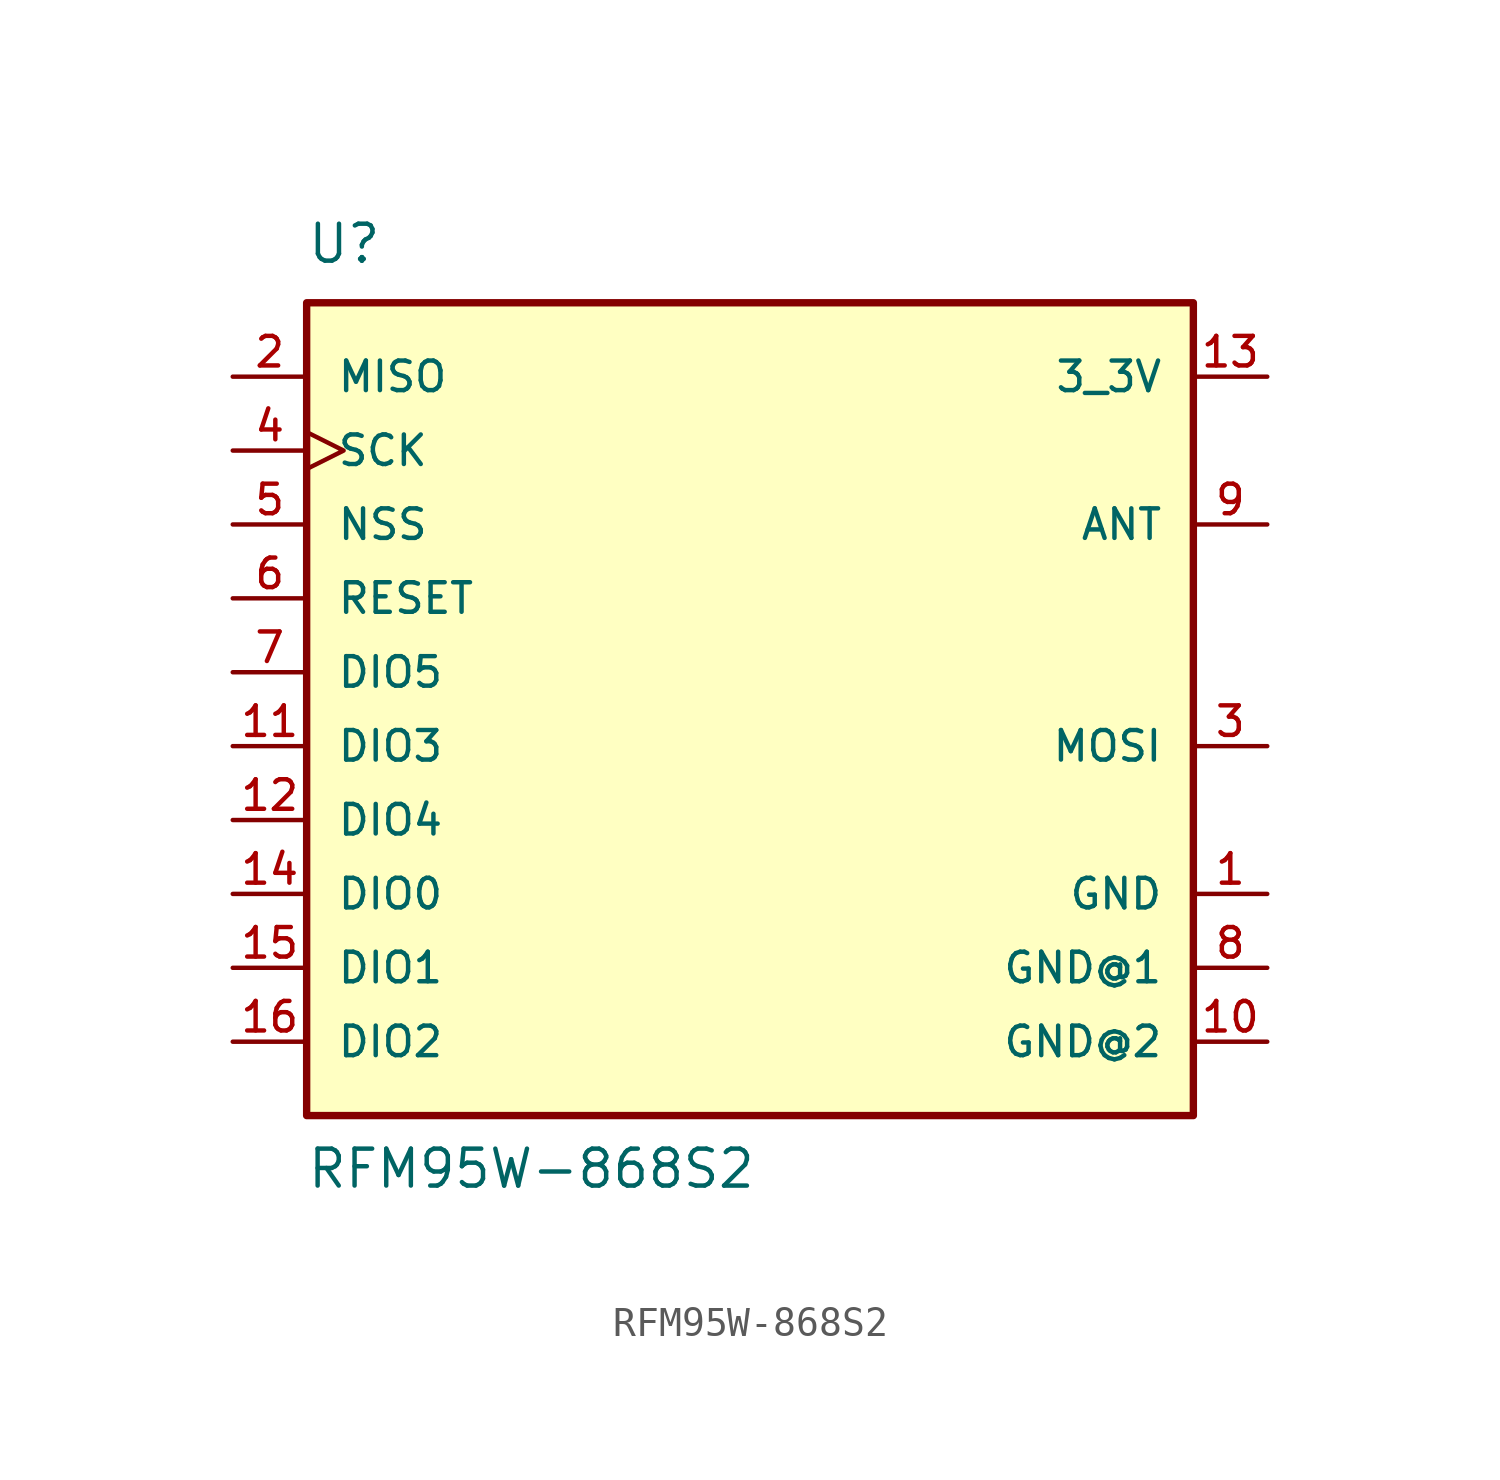
<source format=kicad_sym>
(kicad_symbol_lib
  (version 20211014)
  (generator kicad_symbol_editor)
  (symbol "RFM95W-868S2"
    (pin_names
      (offset 1.016))
    (property "Reference" "U"
      (at -15.256 13.985 0)
      (effects (font (size 1.27 1.27)) (justify bottom left)))
    (property "Value" "RFM95W-868S2"
      (at -15.265 -17.809 0)
      (effects (font (size 1.27 1.27)) (justify bottom left)))
    (symbol "RFM95W-868S2_0_0"
      (rectangle (start -15.24 -15.24) (end 15.24 12.7) (stroke (width 0.254)) (fill (type background)))
      (pin input line (at -17.78 10.16 0) (length 2.54) (name "MISO" (effects (font (size 1.016 1.016)))) (number "2" (effects (font (size 1.016 1.016)))))
      (pin input clock (at -17.78 7.62 0) (length 2.54) (name "SCK" (effects (font (size 1.016 1.016)))) (number "4" (effects (font (size 1.016 1.016)))))
      (pin input line (at -17.78 5.08 0) (length 2.54) (name "NSS" (effects (font (size 1.016 1.016)))) (number "5" (effects (font (size 1.016 1.016)))))
      (pin bidirectional line (at -17.78 2.54 0) (length 2.54) (name "RESET" (effects (font (size 1.016 1.016)))) (number "6" (effects (font (size 1.016 1.016)))))
      (pin bidirectional line (at -17.78 0.0 0) (length 2.54) (name "DIO5" (effects (font (size 1.016 1.016)))) (number "7" (effects (font (size 1.016 1.016)))))
      (pin bidirectional line (at -17.78 -2.54 0) (length 2.54) (name "DIO3" (effects (font (size 1.016 1.016)))) (number "11" (effects (font (size 1.016 1.016)))))
      (pin bidirectional line (at -17.78 -5.08 0) (length 2.54) (name "DIO4" (effects (font (size 1.016 1.016)))) (number "12" (effects (font (size 1.016 1.016)))))
      (pin bidirectional line (at -17.78 -7.62 0) (length 2.54) (name "DIO0" (effects (font (size 1.016 1.016)))) (number "14" (effects (font (size 1.016 1.016)))))
      (pin bidirectional line (at -17.78 -10.16 0) (length 2.54) (name "DIO1" (effects (font (size 1.016 1.016)))) (number "15" (effects (font (size 1.016 1.016)))))
      (pin bidirectional line (at -17.78 -12.7 0) (length 2.54) (name "DIO2" (effects (font (size 1.016 1.016)))) (number "16" (effects (font (size 1.016 1.016)))))
      (pin output line (at 17.78 -2.54 180.0) (length 2.54) (name "MOSI" (effects (font (size 1.016 1.016)))) (number "3" (effects (font (size 1.016 1.016)))))
      (pin power_in line (at 17.78 -7.62 180.0) (length 2.54) (name "GND" (effects (font (size 1.016 1.016)))) (number "1" (effects (font (size 1.016 1.016)))))
      (pin power_in line (at 17.78 -10.16 180.0) (length 2.54) (name "GND@1" (effects (font (size 1.016 1.016)))) (number "8" (effects (font (size 1.016 1.016)))))
      (pin passive line (at 17.78 5.08 180.0) (length 2.54) (name "ANT" (effects (font (size 1.016 1.016)))) (number "9" (effects (font (size 1.016 1.016)))))
      (pin power_in line (at 17.78 -12.7 180.0) (length 2.54) (name "GND@2" (effects (font (size 1.016 1.016)))) (number "10" (effects (font (size 1.016 1.016)))))
      (pin power_in line (at 17.78 10.16 180.0) (length 2.54) (name "3_3V" (effects (font (size 1.016 1.016)))) (number "13" (effects (font (size 1.016 1.016))))))))
</source>
